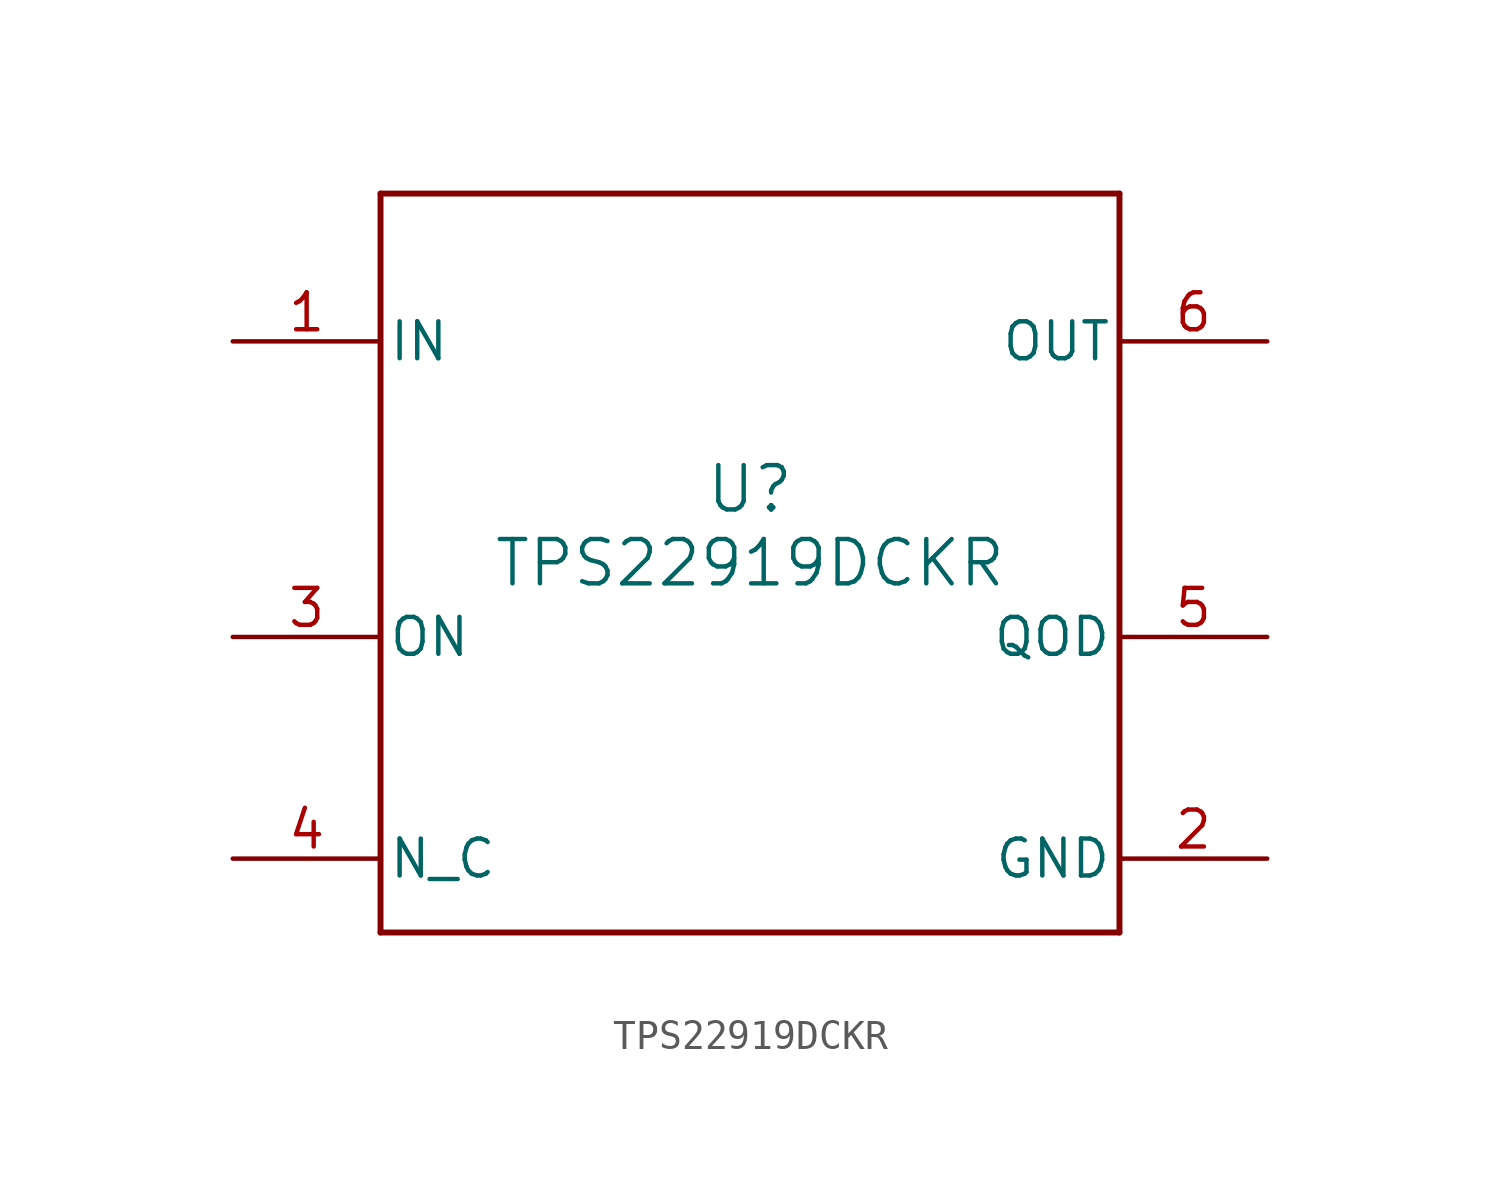
<source format=kicad_sym>
(kicad_symbol_lib
  (version 20211014)
  (generator kicad_symbol_editor)
  (symbol "TPS22919DCKR"
    (pin_names
      (offset 0.254))
    (property "Reference" "U"
      (at 0 2.54 0)
      (effects (font (size 1.524 1.524))))
    (property "Value" "TPS22919DCKR"
      (at 0 0 0)
      (effects (font (size 1.524 1.524))))
    (symbol "TPS22919DCKR_0_1"
      (polyline (pts (xy -12.7 -12.7) (xy 12.7 -12.7)) (stroke (width 0.203) (type default) (color 0 0 0 0)) (fill (type none)))
      (polyline (pts (xy 12.7 -12.7) (xy 12.7 12.7)) (stroke (width 0.203) (type default) (color 0 0 0 0)) (fill (type none)))
      (polyline (pts (xy 12.7 12.7) (xy -12.7 12.7)) (stroke (width 0.203) (type default) (color 0 0 0 0)) (fill (type none)))
      (polyline (pts (xy -12.7 12.7) (xy -12.7 -12.7)) (stroke (width 0.203) (type default) (color 0 0 0 0)) (fill (type none)))
      (pin power_in line (at -17.78 7.62 0) (length 5.08) (name "IN" (effects (font (size 1.27 1.27)))) (number "1" (effects (font (size 1.27 1.27)))))
      (pin power_in line (at 17.78 -10.16 180) (length 5.08) (name "GND" (effects (font (size 1.27 1.27)))) (number "2" (effects (font (size 1.27 1.27)))))
      (pin input line (at -17.78 -2.54 0) (length 5.08) (name "ON" (effects (font (size 1.27 1.27)))) (number "3" (effects (font (size 1.27 1.27)))))
      (pin unspecified line (at -17.78 -10.16 0) (length 5.08) (name "N_C" (effects (font (size 1.27 1.27)))) (number "4" (effects (font (size 1.27 1.27)))))
      (pin power_in line (at 17.78 -2.54 180) (length 5.08) (name "QOD" (effects (font (size 1.27 1.27)))) (number "5" (effects (font (size 1.27 1.27)))))
      (pin power_in line (at 17.78 7.62 180) (length 5.08) (name "OUT" (effects (font (size 1.27 1.27)))) (number "6" (effects (font (size 1.27 1.27))))))))
</source>
